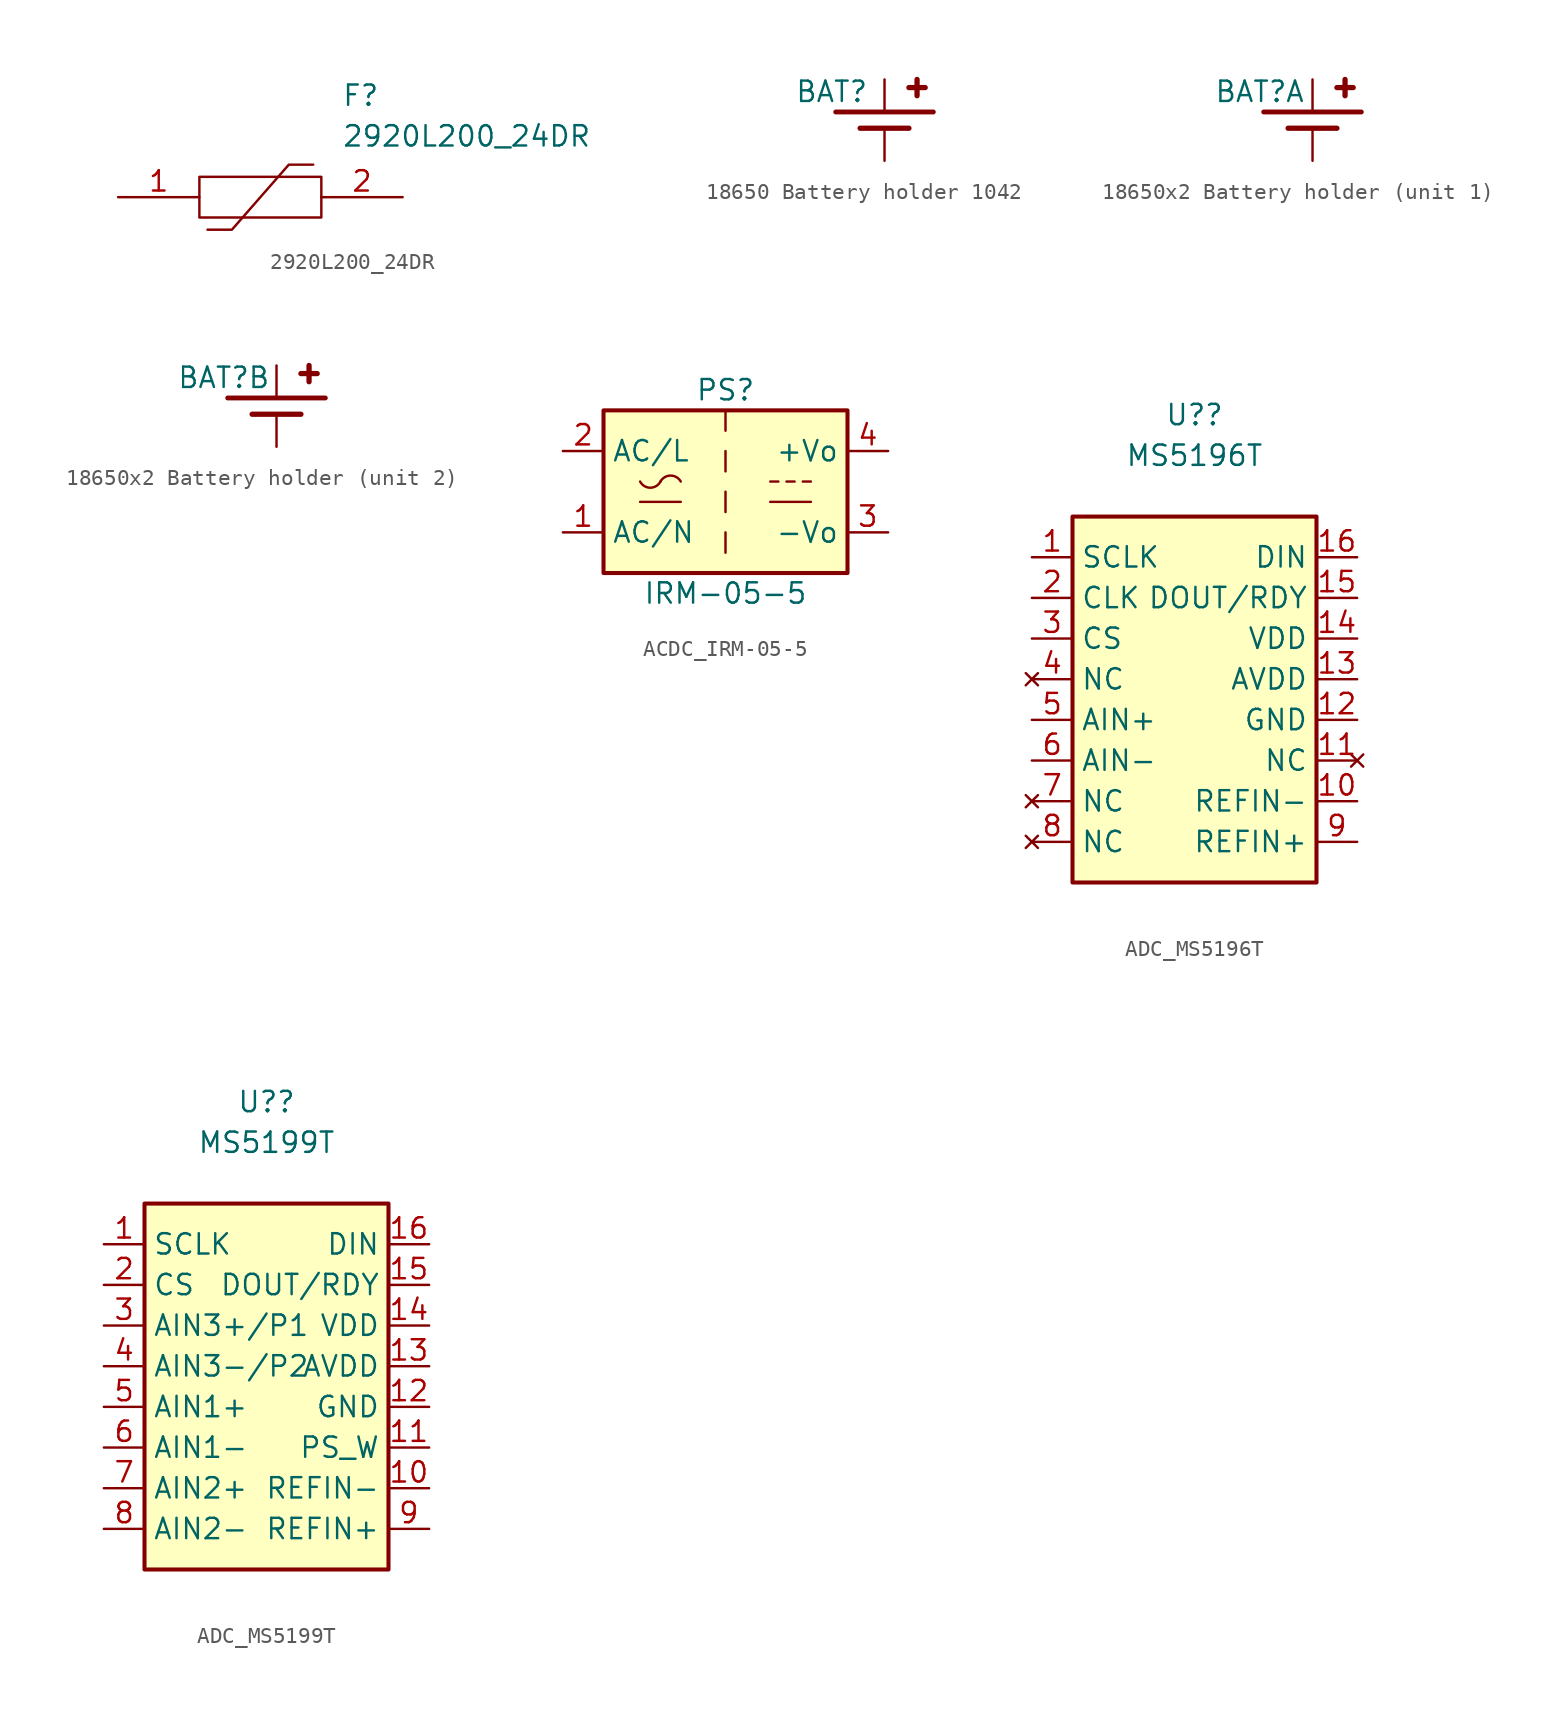
<source format=kicad_sym>
(kicad_symbol_lib
  (version 20220914)
  (generator kicad_symbol_editor)
  (symbol "2920L200_24DR"
    (pin_names
      (offset 0.762))
    (property "Reference" "F"
      (at 13.97 6.35 0)
      (effects (font (size 1.27 1.27)) (justify left)))
    (property "Value" "2920L200_24DR"
      (at 13.97 3.81 0)
      (effects (font (size 1.27 1.27)) (justify left)))
    (symbol "2920L200_24DR_0_0"
      (pin passive line (at 0 0 0) (length 5.08) (name "~" (effects (font (size 1.27 1.27)))) (number "1" (effects (font (size 1.27 1.27)))))
      (pin passive line (at 17.78 0 180) (length 5.08) (name "~" (effects (font (size 1.27 1.27)))) (number "2" (effects (font (size 1.27 1.27))))))
    (symbol "2920L200_24DR_0_1"
      (polyline (pts (xy 5.588 -2.032) (xy 7.112 -2.032) (xy 10.668 2.032) (xy 12.192 2.032)) (stroke (width 0.152) (type default)) (fill (type none)))
      (polyline (pts (xy 5.08 1.27) (xy 12.7 1.27) (xy 12.7 -1.27) (xy 5.08 -1.27) (xy 5.08 1.27)) (stroke (width 0.152) (type default)) (fill (type none)))))
  (symbol "18650 Battery holder 1042 "
    (pin_numbers hide)
    (pin_names
      (offset 0.254) hide)
    (property "Reference" "BAT"
      (at -3.302 1.778 0)
      (effects (font (size 1.27 1.27))))
    (symbol "18650 Battery holder 1042 _0_1"
      (polyline (pts (xy -3.048 0.508) (xy 3.048 0.508)) (stroke (width 0.305) (type default)) (fill (type none)))
      (polyline (pts (xy -1.524 -0.508) (xy 1.524 -0.508)) (stroke (width 0.33) (type default)) (fill (type none)))
      (polyline (pts (xy 2.032 1.524) (xy 2.032 2.54)) (stroke (width 0.33) (type default)) (fill (type none)))
      (polyline (pts (xy 2.54 2.032) (xy 1.524 2.032)) (stroke (width 0.33) (type default)) (fill (type none))))
    (symbol "18650 Battery holder 1042 _1_1"
      (pin power_out line (at 0 2.54 270) (length 2.032) (name "~" (effects (font (size 1.27 1.27)))) (number "1" (effects (font (size 1.27 1.27)))))
      (pin power_out line (at 0 -2.54 90) (length 2.032) (name "~" (effects (font (size 1.27 1.27)))) (number "2" (effects (font (size 1.27 1.27)))))))
  (symbol "18650x2 Battery holder"
    (pin_numbers hide)
    (pin_names
      (offset 0.254) hide)
    (property "Reference" "BAT"
      (at -3.302 1.778 0)
      (effects (font (size 1.27 1.27))))
    (symbol "18650x2 Battery holder_0_1"
      (polyline (pts (xy -3.048 0.508) (xy 3.048 0.508)) (stroke (width 0.305) (type default)) (fill (type none)))
      (polyline (pts (xy -1.524 -0.508) (xy 1.524 -0.508)) (stroke (width 0.33) (type default)) (fill (type none)))
      (polyline (pts (xy 2.032 1.524) (xy 2.032 2.54)) (stroke (width 0.33) (type default)) (fill (type none)))
      (polyline (pts (xy 2.54 2.032) (xy 1.524 2.032)) (stroke (width 0.33) (type default)) (fill (type none))))
    (symbol "18650x2 Battery holder_1_1"
      (pin power_out line (at 0 2.54 270) (length 2.032) (name "~" (effects (font (size 1.27 1.27)))) (number "1" (effects (font (size 1.27 1.27)))))
      (pin power_out line (at 0 -2.54 90) (length 2.032) (name "~" (effects (font (size 1.27 1.27)))) (number "2" (effects (font (size 1.27 1.27))))))
    (symbol "18650x2 Battery holder_2_1"
      (pin power_out line (at 0 2.54 270) (length 2.032) (name "~" (effects (font (size 1.27 1.27)))) (number "3" (effects (font (size 1.27 1.27)))))
      (pin power_out line (at 0 -2.54 90) (length 2.032) (name "~" (effects (font (size 1.27 1.27)))) (number "4" (effects (font (size 1.27 1.27)))))))
  (symbol "ACDC_IRM-05-5"
    (property "Reference" "PS"
      (at 0 6.35 0)
      (effects (font (size 1.27 1.27))))
    (property "Value" "IRM-05-5"
      (at 0 -6.35 0)
      (effects (font (size 1.27 1.27))))
    (symbol "ACDC_IRM-05-5_0_1"
      (rectangle (start -7.62 5.08) (end 7.62 -5.08) (stroke (width 0.254) (type default)) (fill (type background)))
      (arc (start -5.334 0.635) (mid -4.699 0.2495) (end -4.064 0.635) (stroke (width 0) (type default)) (fill (type none)))
      (arc (start -2.794 0.635) (mid -3.429 1.0072) (end -4.064 0.635) (stroke (width 0) (type default)) (fill (type none)))
      (polyline (pts (xy -5.334 -0.635) (xy -2.794 -0.635)) (stroke (width 0) (type default)) (fill (type none)))
      (polyline (pts (xy 0 -2.54) (xy 0 -3.81)) (stroke (width 0) (type default)) (fill (type none)))
      (polyline (pts (xy 0 0) (xy 0 -1.27)) (stroke (width 0) (type default)) (fill (type none)))
      (polyline (pts (xy 0 2.54) (xy 0 1.27)) (stroke (width 0) (type default)) (fill (type none)))
      (polyline (pts (xy 0 5.08) (xy 0 3.81)) (stroke (width 0) (type default)) (fill (type none)))
      (polyline (pts (xy 2.794 -0.635) (xy 5.334 -0.635)) (stroke (width 0) (type default)) (fill (type none)))
      (polyline (pts (xy 2.794 0.635) (xy 3.302 0.635)) (stroke (width 0) (type default)) (fill (type none)))
      (polyline (pts (xy 3.81 0.635) (xy 4.318 0.635)) (stroke (width 0) (type default)) (fill (type none)))
      (polyline (pts (xy 4.826 0.635) (xy 5.334 0.635)) (stroke (width 0) (type default)) (fill (type none))))
    (symbol "ACDC_IRM-05-5_1_1"
      (pin power_in line (at -10.16 -2.54 0) (length 2.54) (name "AC/N" (effects (font (size 1.27 1.27)))) (number "1" (effects (font (size 1.27 1.27)))))
      (pin power_in line (at -10.16 2.54 0) (length 2.54) (name "AC/L" (effects (font (size 1.27 1.27)))) (number "2" (effects (font (size 1.27 1.27)))))
      (pin power_out line (at 10.16 -2.54 180) (length 2.54) (name "-Vo" (effects (font (size 1.27 1.27)))) (number "3" (effects (font (size 1.27 1.27)))))
      (pin power_out line (at 10.16 2.54 180) (length 2.54) (name "+Vo" (effects (font (size 1.27 1.27)))) (number "4" (effects (font (size 1.27 1.27)))))))
  (symbol "ADC_MS5196T"
    (property "Reference" "U?"
      (at 0 0 0)
      (effects (font (size 1.27 1.27))))
    (property "Value" "MS5196T"
      (at 0 -2.54 0)
      (effects (font (size 1.27 1.27))))
    (symbol "ADC_MS5196T_0_1"
      (rectangle (start -7.62 -6.35) (end 7.62 -29.21) (stroke (width 0.254) (type default)) (fill (type background))))
    (symbol "ADC_MS5196T_1_1"
      (pin input line (at -10.16 -8.89 0) (length 2.54) (name "SCLK" (effects (font (size 1.27 1.27)))) (number "1" (effects (font (size 1.27 1.27)))))
      (pin input line (at 10.16 -24.13 180) (length 2.54) (name "REFIN-" (effects (font (size 1.27 1.27)))) (number "10" (effects (font (size 1.27 1.27)))))
      (pin no_connect line (at 10.16 -21.59 180) (length 2.54) (name "NC" (effects (font (size 1.27 1.27)))) (number "11" (effects (font (size 1.27 1.27)))))
      (pin passive line (at 10.16 -19.05 180) (length 2.54) (name "GND" (effects (font (size 1.27 1.27)))) (number "12" (effects (font (size 1.27 1.27)))))
      (pin power_in line (at 10.16 -16.51 180) (length 2.54) (name "AVDD" (effects (font (size 1.27 1.27)))) (number "13" (effects (font (size 1.27 1.27)))))
      (pin power_in line (at 10.16 -13.97 180) (length 2.54) (name "VDD" (effects (font (size 1.27 1.27)))) (number "14" (effects (font (size 1.27 1.27)))))
      (pin output line (at 10.16 -11.43 180) (length 2.54) (name "DOUT/RDY" (effects (font (size 1.27 1.27)))) (number "15" (effects (font (size 1.27 1.27)))))
      (pin power_in line (at 10.16 -8.89 180) (length 2.54) (name "DIN" (effects (font (size 1.27 1.27)))) (number "16" (effects (font (size 1.27 1.27)))))
      (pin input line (at -10.16 -11.43 0) (length 2.54) (name "CLK" (effects (font (size 1.27 1.27)))) (number "2" (effects (font (size 1.27 1.27)))))
      (pin input line (at -10.16 -13.97 0) (length 2.54) (name "CS" (effects (font (size 1.27 1.27)))) (number "3" (effects (font (size 1.27 1.27)))))
      (pin no_connect line (at -10.16 -16.51 0) (length 2.54) (name "NC" (effects (font (size 1.27 1.27)))) (number "4" (effects (font (size 1.27 1.27)))))
      (pin input line (at -10.16 -19.05 0) (length 2.54) (name "AIN+" (effects (font (size 1.27 1.27)))) (number "5" (effects (font (size 1.27 1.27)))))
      (pin input line (at -10.16 -21.59 0) (length 2.54) (name "AIN-" (effects (font (size 1.27 1.27)))) (number "6" (effects (font (size 1.27 1.27)))))
      (pin no_connect line (at -10.16 -24.13 0) (length 2.54) (name "NC" (effects (font (size 1.27 1.27)))) (number "7" (effects (font (size 1.27 1.27)))))
      (pin no_connect line (at -10.16 -26.67 0) (length 2.54) (name "NC" (effects (font (size 1.27 1.27)))) (number "8" (effects (font (size 1.27 1.27)))))
      (pin input line (at 10.16 -26.67 180) (length 2.54) (name "REFIN+" (effects (font (size 1.27 1.27)))) (number "9" (effects (font (size 1.27 1.27)))))))
  (symbol "ADC_MS5199T"
    (property "Reference" "U?"
      (at 0 0 0)
      (effects (font (size 1.27 1.27))))
    (property "Value" "MS5199T"
      (at 0 -2.54 0)
      (effects (font (size 1.27 1.27))))
    (symbol "ADC_MS5199T_0_1"
      (rectangle (start -7.62 -6.35) (end 7.62 -29.21) (stroke (width 0.254) (type default)) (fill (type background))))
    (symbol "ADC_MS5199T_1_1"
      (pin input line (at -10.16 -8.89 0) (length 2.54) (name "SCLK" (effects (font (size 1.27 1.27)))) (number "1" (effects (font (size 1.27 1.27)))))
      (pin input line (at 10.16 -24.13 180) (length 2.54) (name "REFIN-" (effects (font (size 1.27 1.27)))) (number "10" (effects (font (size 1.27 1.27)))))
      (pin input line (at 10.16 -21.59 180) (length 2.54) (name "PS_W" (effects (font (size 1.27 1.27)))) (number "11" (effects (font (size 1.27 1.27)))))
      (pin passive line (at 10.16 -19.05 180) (length 2.54) (name "GND" (effects (font (size 1.27 1.27)))) (number "12" (effects (font (size 1.27 1.27)))))
      (pin power_in line (at 10.16 -16.51 180) (length 2.54) (name "AVDD" (effects (font (size 1.27 1.27)))) (number "13" (effects (font (size 1.27 1.27)))))
      (pin power_in line (at 10.16 -13.97 180) (length 2.54) (name "VDD" (effects (font (size 1.27 1.27)))) (number "14" (effects (font (size 1.27 1.27)))))
      (pin output line (at 10.16 -11.43 180) (length 2.54) (name "DOUT/RDY" (effects (font (size 1.27 1.27)))) (number "15" (effects (font (size 1.27 1.27)))))
      (pin input line (at 10.16 -8.89 180) (length 2.54) (name "DIN" (effects (font (size 1.27 1.27)))) (number "16" (effects (font (size 1.27 1.27)))))
      (pin input line (at -10.16 -11.43 0) (length 2.54) (name "CS" (effects (font (size 1.27 1.27)))) (number "2" (effects (font (size 1.27 1.27)))))
      (pin input line (at -10.16 -13.97 0) (length 2.54) (name "AIN3+/P1" (effects (font (size 1.27 1.27)))) (number "3" (effects (font (size 1.27 1.27)))))
      (pin input line (at -10.16 -16.51 0) (length 2.54) (name "AIN3-/P2" (effects (font (size 1.27 1.27)))) (number "4" (effects (font (size 1.27 1.27)))))
      (pin input line (at -10.16 -19.05 0) (length 2.54) (name "AIN1+" (effects (font (size 1.27 1.27)))) (number "5" (effects (font (size 1.27 1.27)))))
      (pin input line (at -10.16 -21.59 0) (length 2.54) (name "AIN1-" (effects (font (size 1.27 1.27)))) (number "6" (effects (font (size 1.27 1.27)))))
      (pin input line (at -10.16 -24.13 0) (length 2.54) (name "AIN2+" (effects (font (size 1.27 1.27)))) (number "7" (effects (font (size 1.27 1.27)))))
      (pin input line (at -10.16 -26.67 0) (length 2.54) (name "AIN2-" (effects (font (size 1.27 1.27)))) (number "8" (effects (font (size 1.27 1.27)))))
      (pin input line (at 10.16 -26.67 180) (length 2.54) (name "REFIN+" (effects (font (size 1.27 1.27)))) (number "9" (effects (font (size 1.27 1.27))))))))
</source>
